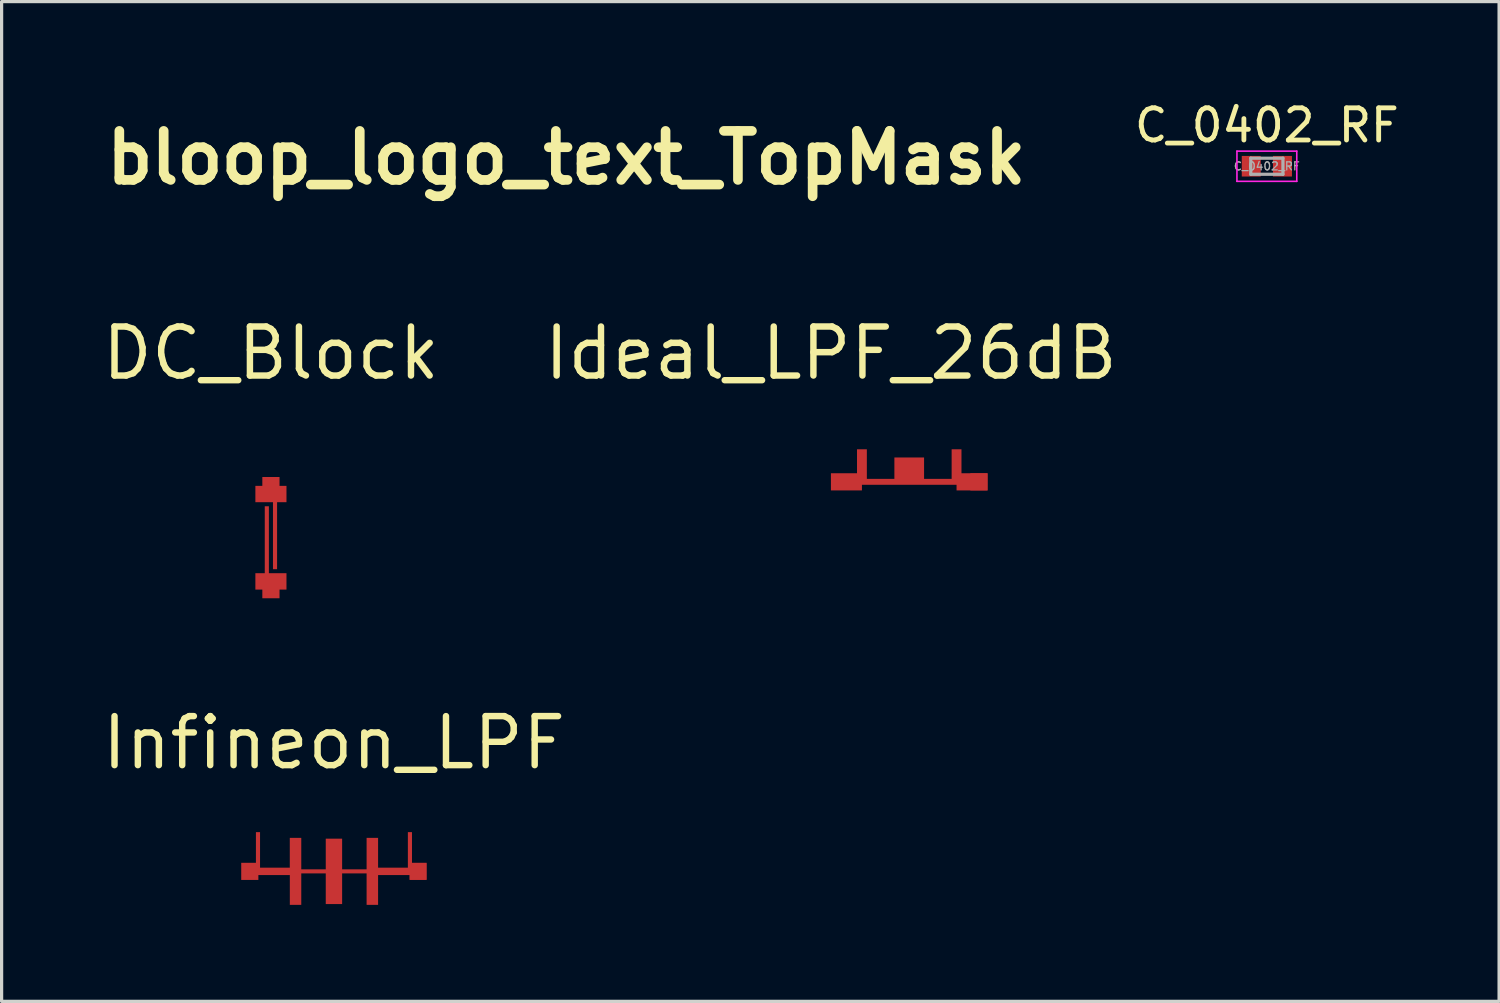
<source format=kicad_pcb>
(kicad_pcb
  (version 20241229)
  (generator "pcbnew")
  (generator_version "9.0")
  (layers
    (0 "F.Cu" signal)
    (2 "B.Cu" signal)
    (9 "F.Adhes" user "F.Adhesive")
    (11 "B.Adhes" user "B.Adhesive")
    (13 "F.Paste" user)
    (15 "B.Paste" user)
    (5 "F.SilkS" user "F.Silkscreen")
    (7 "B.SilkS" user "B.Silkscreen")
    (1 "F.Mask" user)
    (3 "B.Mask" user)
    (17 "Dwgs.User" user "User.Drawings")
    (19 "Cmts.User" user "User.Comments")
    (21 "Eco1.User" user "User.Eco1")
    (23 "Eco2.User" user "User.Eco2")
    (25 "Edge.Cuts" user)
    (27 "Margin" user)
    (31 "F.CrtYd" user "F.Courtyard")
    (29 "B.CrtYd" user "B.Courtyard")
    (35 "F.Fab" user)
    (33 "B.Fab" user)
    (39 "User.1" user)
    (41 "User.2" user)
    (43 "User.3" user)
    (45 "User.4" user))
  (footprint "bloop_logo_text_TopMask"
    (layer "F.Cu")
    (at 14.558 1.854)
    (property "Reference" "bloop_logo_text_TopMask" (at 0 0 0) (layer "F.SilkS") (effects (font (size 1.524 1.524) (thickness 0.3))))
    (attr through_hole)
    (fp_poly (pts (xy -2.713 1.067) (xy -2.936 1.067) (xy -2.936 -1.849) (xy -2.713 -1.849) (xy -2.713 1.067)) (stroke (width 0.01) (type solid)) (fill yes) (layer "F.Mask"))
    (fp_poly (pts (xy 3.343 -0.87) (xy 3.449 -0.859) (xy 3.548 -0.838) (xy 3.64 -0.808) (xy 3.713 -0.775) (xy 3.789 -0.727) (xy 3.862 -0.664) (xy 3.927 -0.588) (xy 3.982 -0.506) (xy 3.997 -0.478) (xy 4.042 -0.365) (xy 4.077 -0.239) (xy 4.101 -0.102) (xy 4.112 0.043) (xy 4.112 0.193) (xy 4.099 0.345) (xy 4.09 0.412) (xy 4.059 0.55) (xy 4.016 0.673) (xy 3.959 0.781) (xy 3.889 0.873) (xy 3.806 0.949) (xy 3.71 1.01) (xy 3.601 1.056) (xy 3.564 1.067) (xy 3.475 1.085) (xy 3.371 1.096) (xy 3.253 1.099) (xy 3.125 1.096) (xy 2.989 1.085) (xy 2.856 1.067) (xy 2.806 1.06) (xy 2.763 1.053) (xy 2.733 1.049) (xy 2.717 1.047) (xy 2.716 1.046) (xy 2.716 1.056) (xy 2.715 1.084) (xy 2.714 1.128) (xy 2.714 1.186) (xy 2.713 1.255) (xy 2.713 1.333) (xy 2.713 1.419) (xy 2.713 1.438) (xy 2.713 1.829) (xy 2.489 1.829) (xy 2.489 -0.597) (xy 2.713 -0.597) (xy 2.713 0.851) (xy 2.776 0.862) (xy 2.823 0.87) (xy 2.881 0.878) (xy 2.945 0.887) (xy 3.009 0.895) (xy 3.066 0.902) (xy 3.111 0.907) (xy 3.124 0.908) (xy 3.175 0.91) (xy 3.235 0.91) (xy 3.3 0.908) (xy 3.364 0.904) (xy 3.422 0.899) (xy 3.466 0.892) (xy 3.48 0.889) (xy 3.568 0.858) (xy 3.644 0.814) (xy 3.702 0.762) (xy 3.757 0.693) (xy 3.802 0.61) (xy 3.836 0.514) (xy 3.86 0.402) (xy 3.875 0.274) (xy 3.881 0.129) (xy 3.881 0.111) (xy 3.876 -0.04) (xy 3.861 -0.174) (xy 3.834 -0.292) (xy 3.797 -0.393) (xy 3.748 -0.478) (xy 3.688 -0.547) (xy 3.615 -0.601) (xy 3.53 -0.641) (xy 3.432 -0.666) (xy 3.321 -0.678) (xy 3.221 -0.677) (xy 3.133 -0.671) (xy 3.035 -0.66) (xy 2.936 -0.645) (xy 2.842 -0.628) (xy 2.778 -0.613) (xy 2.713 -0.597) (xy 2.489 -0.597) (xy 2.489 -0.738) (xy 2.639 -0.775) (xy 2.809 -0.814) (xy 2.962 -0.843) (xy 3.101 -0.862) (xy 3.228 -0.871) (xy 3.343 -0.87)) (stroke (width 0.01) (type solid)) (fill yes) (layer "F.Mask"))
    (fp_poly (pts (xy 1.053 -0.87) (xy 1.192 -0.855) (xy 1.316 -0.825) (xy 1.427 -0.782) (xy 1.523 -0.724) (xy 1.607 -0.651) (xy 1.677 -0.563) (xy 1.735 -0.46) (xy 1.781 -0.34) (xy 1.781 -0.339) (xy 1.811 -0.218) (xy 1.83 -0.08) (xy 1.839 0.076) (xy 1.839 0.117) (xy 1.833 0.282) (xy 1.814 0.432) (xy 1.783 0.566) (xy 1.739 0.685) (xy 1.683 0.788) (xy 1.613 0.876) (xy 1.53 0.95) (xy 1.434 1.009) (xy 1.325 1.054) (xy 1.236 1.077) (xy 1.134 1.093) (xy 1.025 1.101) (xy 0.916 1.1) (xy 0.869 1.096) (xy 0.736 1.076) (xy 0.617 1.041) (xy 0.511 0.992) (xy 0.419 0.927) (xy 0.34 0.847) (xy 0.275 0.751) (xy 0.222 0.641) (xy 0.182 0.515) (xy 0.155 0.373) (xy 0.143 0.251) (xy 0.14 0.152) (xy 0.367 0.152) (xy 0.374 0.283) (xy 0.376 0.306) (xy 0.396 0.437) (xy 0.425 0.55) (xy 0.465 0.647) (xy 0.517 0.727) (xy 0.58 0.793) (xy 0.656 0.843) (xy 0.744 0.88) (xy 0.846 0.903) (xy 0.855 0.904) (xy 0.908 0.909) (xy 0.973 0.91) (xy 1.042 0.908) (xy 1.109 0.903) (xy 1.168 0.896) (xy 1.204 0.889) (xy 1.295 0.857) (xy 1.374 0.812) (xy 1.44 0.754) (xy 1.495 0.68) (xy 1.538 0.592) (xy 1.571 0.487) (xy 1.594 0.366) (xy 1.605 0.254) (xy 1.609 0.164) (xy 1.609 0.067) (xy 1.605 -0.02) (xy 1.59 -0.158) (xy 1.565 -0.277) (xy 1.529 -0.381) (xy 1.482 -0.468) (xy 1.422 -0.539) (xy 1.351 -0.595) (xy 1.267 -0.637) (xy 1.169 -0.664) (xy 1.058 -0.678) (xy 0.991 -0.68) (xy 0.869 -0.673) (xy 0.763 -0.652) (xy 0.67 -0.618) (xy 0.591 -0.568) (xy 0.525 -0.504) (xy 0.471 -0.425) (xy 0.458 -0.401) (xy 0.424 -0.315) (xy 0.398 -0.213) (xy 0.379 -0.1) (xy 0.369 0.023) (xy 0.367 0.152) (xy 0.14 0.152) (xy 0.138 0.087) (xy 0.146 -0.066) (xy 0.166 -0.209) (xy 0.198 -0.338) (xy 0.242 -0.454) (xy 0.297 -0.555) (xy 0.299 -0.557) (xy 0.369 -0.646) (xy 0.454 -0.72) (xy 0.552 -0.78) (xy 0.663 -0.826) (xy 0.784 -0.856) (xy 0.916 -0.871) (xy 1.053 -0.87)) (stroke (width 0.01) (type solid)) (fill yes) (layer "F.Mask"))
    (fp_poly (pts (xy -4.978 -1.32) (xy -4.978 -0.79) (xy -4.95 -0.797) (xy -4.89 -0.811) (xy -4.815 -0.826) (xy -4.734 -0.839) (xy -4.653 -0.852) (xy -4.578 -0.861) (xy -4.547 -0.864) (xy -4.394 -0.871) (xy -4.255 -0.862) (xy -4.129 -0.838) (xy -4.016 -0.798) (xy -3.916 -0.742) (xy -3.829 -0.671) (xy -3.755 -0.585) (xy -3.694 -0.482) (xy -3.646 -0.364) (xy -3.611 -0.23) (xy -3.588 -0.081) (xy -3.58 0.03) (xy -3.579 0.2) (xy -3.593 0.357) (xy -3.62 0.502) (xy -3.661 0.634) (xy -3.694 0.711) (xy -3.721 0.762) (xy -3.748 0.804) (xy -3.78 0.844) (xy -3.822 0.888) (xy -3.824 0.89) (xy -3.901 0.958) (xy -3.984 1.011) (xy -4.075 1.051) (xy -4.179 1.08) (xy -4.281 1.097) (xy -4.335 1.102) (xy -4.4 1.105) (xy -4.467 1.106) (xy -4.529 1.104) (xy -4.577 1.101) (xy -4.601 1.098) (xy -4.638 1.094) (xy -4.683 1.089) (xy -4.704 1.086) (xy -4.768 1.078) (xy -4.845 1.065) (xy -4.932 1.05) (xy -5.021 1.033) (xy -5.108 1.015) (xy -5.128 1.01) (xy -5.202 0.994) (xy -5.202 -0.597) (xy -4.978 -0.597) (xy -4.978 0.128) (xy -4.978 0.247) (xy -4.978 0.361) (xy -4.978 0.466) (xy -4.977 0.562) (xy -4.977 0.648) (xy -4.976 0.72) (xy -4.976 0.779) (xy -4.975 0.821) (xy -4.974 0.847) (xy -4.974 0.853) (xy -4.962 0.855) (xy -4.935 0.859) (xy -4.895 0.865) (xy -4.848 0.873) (xy -4.841 0.874) (xy -4.698 0.894) (xy -4.565 0.906) (xy -4.443 0.91) (xy -4.335 0.906) (xy -4.243 0.894) (xy -4.217 0.889) (xy -4.124 0.857) (xy -4.044 0.81) (xy -3.975 0.746) (xy -3.918 0.666) (xy -3.872 0.569) (xy -3.839 0.457) (xy -3.831 0.424) (xy -3.826 0.392) (xy -3.822 0.358) (xy -3.819 0.319) (xy -3.817 0.271) (xy -3.816 0.211) (xy -3.816 0.134) (xy -3.816 0.117) (xy -3.817 0.013) (xy -3.82 -0.073) (xy -3.825 -0.146) (xy -3.834 -0.21) (xy -3.847 -0.266) (xy -3.865 -0.32) (xy -3.887 -0.373) (xy -3.902 -0.404) (xy -3.951 -0.486) (xy -4.009 -0.553) (xy -4.079 -0.605) (xy -4.16 -0.643) (xy -4.254 -0.667) (xy -4.363 -0.678) (xy -4.465 -0.677) (xy -4.59 -0.667) (xy -4.726 -0.649) (xy -4.866 -0.623) (xy -4.905 -0.614) (xy -4.978 -0.597) (xy -5.202 -0.597) (xy -5.202 -1.849) (xy -4.978 -1.849) (xy -4.978 -1.32)) (stroke (width 0.01) (type solid)) (fill yes) (layer "F.Mask"))
    (fp_poly (pts (xy -1.126 -0.869) (xy -1.077 -0.864) (xy -0.993 -0.852) (xy -0.922 -0.837) (xy -0.858 -0.817) (xy -0.792 -0.79) (xy -0.772 -0.78) (xy -0.726 -0.756) (xy -0.687 -0.731) (xy -0.649 -0.7) (xy -0.605 -0.657) (xy -0.604 -0.657) (xy -0.538 -0.58) (xy -0.483 -0.497) (xy -0.439 -0.404) (xy -0.405 -0.301) (xy -0.382 -0.186) (xy -0.368 -0.056) (xy -0.362 0.091) (xy -0.362 0.117) (xy -0.366 0.268) (xy -0.38 0.403) (xy -0.403 0.523) (xy -0.435 0.629) (xy -0.479 0.724) (xy -0.533 0.808) (xy -0.599 0.885) (xy -0.599 0.885) (xy -0.675 0.952) (xy -0.757 1.005) (xy -0.848 1.045) (xy -0.95 1.074) (xy -1.068 1.093) (xy -1.104 1.097) (xy -1.152 1.101) (xy -1.191 1.104) (xy -1.218 1.106) (xy -1.229 1.106) (xy -1.241 1.105) (xy -1.268 1.102) (xy -1.306 1.099) (xy -1.331 1.096) (xy -1.419 1.084) (xy -1.509 1.064) (xy -1.594 1.036) (xy -1.667 1.005) (xy -1.671 1.003) (xy -1.728 0.966) (xy -1.788 0.917) (xy -1.845 0.86) (xy -1.894 0.801) (xy -1.91 0.778) (xy -1.944 0.717) (xy -1.976 0.642) (xy -2.005 0.558) (xy -2.029 0.472) (xy -2.039 0.423) (xy -2.048 0.361) (xy -2.054 0.283) (xy -2.057 0.196) (xy -2.058 0.117) (xy -1.829 0.117) (xy -1.824 0.266) (xy -1.81 0.398) (xy -1.786 0.513) (xy -1.751 0.612) (xy -1.705 0.696) (xy -1.648 0.765) (xy -1.579 0.821) (xy -1.497 0.863) (xy -1.403 0.893) (xy -1.321 0.908) (xy -1.282 0.91) (xy -1.229 0.91) (xy -1.168 0.908) (xy -1.107 0.904) (xy -1.05 0.898) (xy -1.005 0.891) (xy -0.997 0.889) (xy -0.906 0.859) (xy -0.827 0.814) (xy -0.76 0.754) (xy -0.704 0.68) (xy -0.66 0.589) (xy -0.627 0.483) (xy -0.604 0.36) (xy -0.592 0.22) (xy -0.59 0.112) (xy -0.595 -0.039) (xy -0.611 -0.172) (xy -0.637 -0.289) (xy -0.675 -0.39) (xy -0.723 -0.475) (xy -0.783 -0.545) (xy -0.855 -0.6) (xy -0.939 -0.641) (xy -1.006 -0.662) (xy -1.045 -0.668) (xy -1.1 -0.673) (xy -1.163 -0.675) (xy -1.23 -0.676) (xy -1.296 -0.674) (xy -1.354 -0.67) (xy -1.4 -0.664) (xy -1.412 -0.662) (xy -1.508 -0.628) (xy -1.592 -0.579) (xy -1.663 -0.515) (xy -1.72 -0.437) (xy -1.731 -0.417) (xy -1.766 -0.339) (xy -1.793 -0.254) (xy -1.812 -0.158) (xy -1.823 -0.049) (xy -1.828 0.076) (xy -1.829 0.117) (xy -2.058 0.117) (xy -2.058 0.105) (xy -2.056 0.014) (xy -2.052 -0.071) (xy -2.045 -0.145) (xy -2.038 -0.188) (xy -2.006 -0.323) (xy -1.963 -0.442) (xy -1.91 -0.545) (xy -1.844 -0.632) (xy -1.766 -0.706) (xy -1.675 -0.767) (xy -1.647 -0.782) (xy -1.56 -0.818) (xy -1.459 -0.845) (xy -1.35 -0.863) (xy -1.237 -0.871) (xy -1.126 -0.869)) (stroke (width 0.01) (type solid)) (fill yes) (layer "F.Mask")))
  (footprint "Infineon_LPF"
    (layer "F.Cu")
    (at 7.332 24.043)
    (property "Reference" "Infineon_LPF" (at 0 -4 0) (layer "F.SilkS") (effects (font (size 1.524 1.524) (thickness 0.2))))
    (attr smd)
    (pad "1" smd custom (at -2.616 -0.003) (size 0.533 0.533) (layers "F.Cu" "F.Mask") (options (anchor rect)) (primitives (gr_poly (pts (xy 4.915 -0.114) (xy 4.915 -1.219) (xy 5.042 -1.219) (xy 5.042 -0.254) (xy 5.486 -0.254) (xy 5.486 0.254) (xy 4.978 0.254) (xy 4.978 0.114) (xy 3.988 0.114) (xy 3.988 1.041) (xy 3.632 1.041) (xy 3.632 0.064) (xy 2.87 0.064) (xy 2.87 1.016) (xy 2.362 1.016) (xy 2.362 0.064) (xy 1.6 0.064) (xy 1.6 1.042) (xy 1.245 1.042) (xy 1.245 0.114) (xy 0.254 0.114) (xy 0.254 0.254) (xy -0.254 0.254) (xy -0.254 -0.254) (xy 0.191 -0.254) (xy 0.191 -1.219) (xy 0.318 -1.219) (xy 0.318 -0.114) (xy 1.244 -0.114) (xy 1.244 -1.041) (xy 1.6 -1.041) (xy 1.6 -0.063) (xy 2.362 -0.063) (xy 2.362 -1.016) (xy 2.87 -1.016) (xy 2.87 -0.063) (xy 3.632 -0.063) (xy 3.632 -1.041) (xy 3.988 -1.041) (xy 3.988 -0.114) (xy 4.915 -0.114)) (width 0.001) (fill yes))))
    (pad "1" smd rect (at 2.616 -0.003) (size 0.533 0.533) (layers "F.Cu" "F.Mask" "F.Paste")))
  (footprint "DC_Block"
    (layer "F.Cu")
    (at 5.373 15.55)
    (property "Reference" "DC_Block" (at 0 -7.62 0) (layer "F.SilkS") (effects (font (size 1.524 1.524) (thickness 0.2))))
    (attr through_hole)
    (pad "1" smd custom (at 0 -0.267) (size 0.533 0.533) (layers "F.Cu" "F.Mask") (options (anchor rect)) (primitives (gr_poly (pts (xy -0.267 -0.003) (xy -0.267 0.267) (xy 0.267 0.267) (xy 0.267 -0.003) (xy 0.483 -0.003) (xy 0.483 -0.511) (xy -0.064 -0.511) (xy -0.064 -2.593) (xy -0.191 -2.593) (xy -0.191 -0.511) (xy -0.483 -0.511) (xy -0.483 -0.003) (xy -0.267 -0.003)) (width 0.001) (fill yes))))
    (pad "2" smd custom (at 0 -3.502) (size 0.533 0.533) (layers "F.Cu" "F.Mask") (options (anchor rect)) (primitives (gr_poly (pts (xy 0.267 0.007) (xy 0.267 -0.267) (xy -0.267 -0.267) (xy -0.267 0.007) (xy -0.483 0.007) (xy -0.483 0.515) (xy 0.064 0.515) (xy 0.064 2.598) (xy 0.191 2.598) (xy 0.191 0.515) (xy 0.483 0.515) (xy 0.483 0.007) (xy 0.267 0.007)) (width 0.001) (fill yes)))))
  (footprint "C_0402_RF"
    (layer "F.Cu")
    (at 36.336 2.118)
    (property "Reference" "C_0402_RF" (at 0 -1.27 0) (layer "F.SilkS") (effects (font (size 1 1) (thickness 0.15))))
    (attr smd)
    (fp_poly (pts (xy -0.78 0.32) (xy -0.19 0.32) (xy -0.19 -0.32) (xy -0.78 -0.32)) (stroke (width 0) (type solid)) (fill yes) (layer "F.Mask"))
    (fp_poly (pts (xy 0.191 0.32) (xy 0.78 0.32) (xy 0.78 -0.32) (xy 0.191 -0.32)) (stroke (width 0) (type solid)) (fill yes) (layer "F.Mask"))
    (fp_poly (pts (xy -1.262 -0.762) (xy 1.263 -0.762) (xy 1.263 0.762) (xy -1.008 0.762) (xy -1.008 0.549) (xy 1.009 0.549) (xy 1.009 -0.549) (xy -1.008 -0.549) (xy -1.008 0.518) (xy -1.008 0.762) (xy -1.262 0.762)) (stroke (width 0) (type solid)) (fill yes) (layer "F.Mask"))
    (fp_line (start -0.93 -0.47) (end 0.93 -0.47) (stroke (width 0.05) (type solid)) (layer "F.CrtYd"))
    (fp_line (start -0.93 0.47) (end -0.93 -0.47) (stroke (width 0.05) (type solid)) (layer "F.CrtYd"))
    (fp_line (start 0.93 -0.47) (end 0.93 0.47) (stroke (width 0.05) (type solid)) (layer "F.CrtYd"))
    (fp_line (start 0.93 0.47) (end -0.93 0.47) (stroke (width 0.05) (type solid)) (layer "F.CrtYd"))
    (fp_line (start -0.5 -0.25) (end 0.5 -0.25) (stroke (width 0.1) (type solid)) (layer "F.Fab"))
    (fp_line (start -0.5 0.25) (end -0.5 -0.25) (stroke (width 0.1) (type solid)) (layer "F.Fab"))
    (fp_line (start 0.5 -0.25) (end 0.5 0.25) (stroke (width 0.1) (type solid)) (layer "F.Fab"))
    (fp_line (start 0.5 0.25) (end -0.5 0.25) (stroke (width 0.1) (type solid)) (layer "F.Fab"))
    (fp_text user "${REFERENCE}" (at 0 0 0) (layer "F.Fab") (effects (font (size 0.25 0.25) (thickness 0.04))))
    (pad "1" smd rect (at -0.485 0) (size 0.59 0.64) (layers "F.Cu"))
    (pad "2" smd rect (at 0.485 0) (size 0.59 0.64) (layers "F.Cu")))
  (footprint "Ideal_LPF_26dB"
    (layer "F.Cu")
    (at 22.783 11.93)
    (property "Reference" "Ideal_LPF_26dB" (at 0 -4 0) (layer "F.SilkS") (effects (font (size 1.524 1.524) (thickness 0.2))))
    (attr through_hole)
    (pad "1" smd custom (at 0.267 0) (size 0.533 0.533) (layers "F.Cu" "F.Mask") (options (anchor rect)) (primitives (gr_poly (pts (xy 3.639 0.092) (xy 3.639 0.267) (xy 4.602 0.267) (xy 4.602 -0.267) (xy 3.792 -0.267) (xy 3.792 -1.012) (xy 3.486 -1.012) (xy 3.486 -0.092) (xy 2.629 -0.092) (xy 2.629 -0.757) (xy 1.706 -0.757) (xy 1.706 -0.092) (xy 0.85 -0.092) (xy 0.85 -1.012) (xy 0.544 -1.012) (xy 0.544 -0.267) (xy -0.267 -0.267) (xy -0.267 0.267) (xy 0.697 0.267) (xy 0.697 0.092) (xy 3.639 0.092)) (width 0) (fill yes))))
    (pad "1" smd rect (at 4.602 0) (size 0.533 0.533) (layers "F.Cu")))
  (gr_rect
    (start -3 -3)
    (end 43.556 28.082)
    (stroke (width 0.1) (type default))
    (fill no)
    (layer "Edge.Cuts")))
</source>
